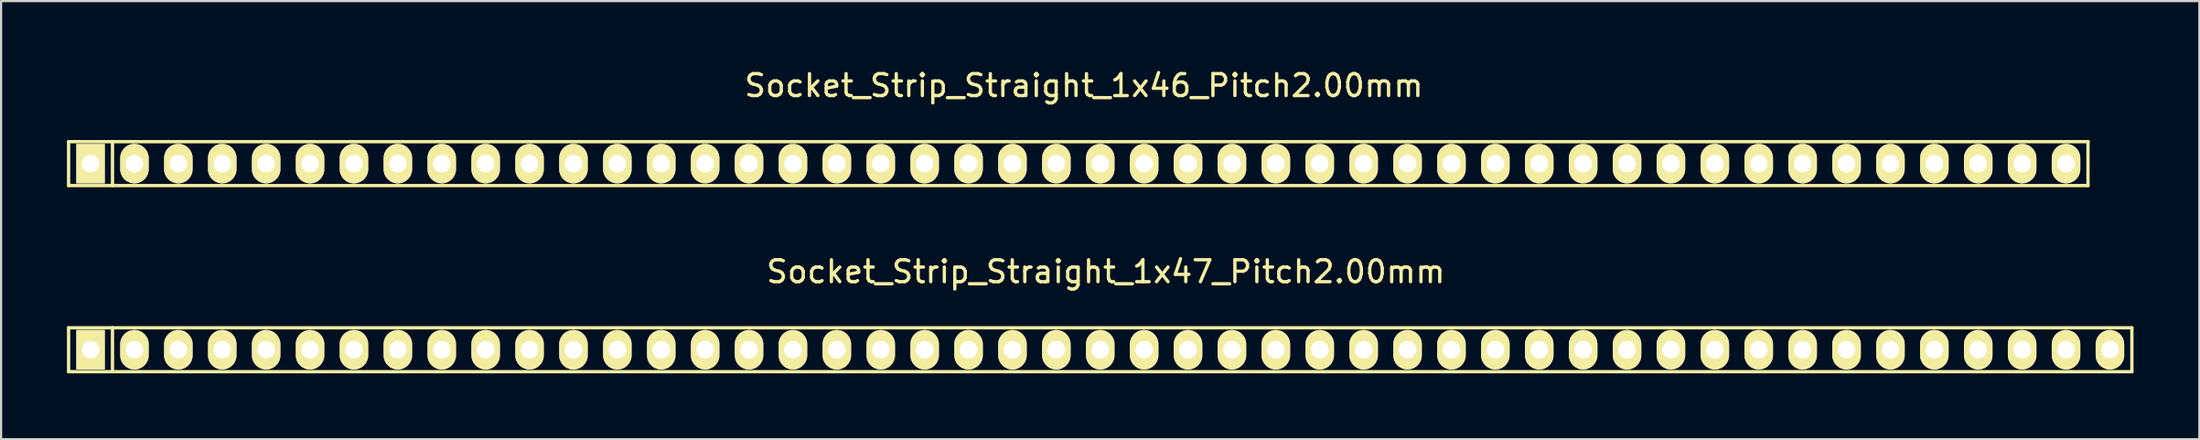
<source format=kicad_pcb>
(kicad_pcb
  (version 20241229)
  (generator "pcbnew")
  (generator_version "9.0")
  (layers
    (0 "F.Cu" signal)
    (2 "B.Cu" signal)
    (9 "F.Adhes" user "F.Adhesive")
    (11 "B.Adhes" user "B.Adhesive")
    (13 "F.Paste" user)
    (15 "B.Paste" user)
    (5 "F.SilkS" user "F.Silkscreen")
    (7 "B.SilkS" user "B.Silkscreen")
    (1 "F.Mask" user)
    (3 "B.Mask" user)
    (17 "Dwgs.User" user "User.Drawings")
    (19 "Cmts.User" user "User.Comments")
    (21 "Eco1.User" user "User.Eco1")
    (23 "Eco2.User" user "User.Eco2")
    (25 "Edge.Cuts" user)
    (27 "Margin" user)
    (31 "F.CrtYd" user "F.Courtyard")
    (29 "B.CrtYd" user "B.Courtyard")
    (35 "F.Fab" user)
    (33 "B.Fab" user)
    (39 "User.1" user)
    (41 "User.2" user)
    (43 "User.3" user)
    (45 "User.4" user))
  (footprint "Socket_Strip_Straight_1x47_Pitch2.00mm"
    (layer "F.Cu")
    (at 47.075 12.883)
    (property "Reference" "Socket_Strip_Straight_1x47_Pitch2.00mm" (at 0.254 -3.556 0) (layer "F.SilkS") (effects (font (size 1 1) (thickness 0.15))))
    (attr through_hole)
    (fp_line (start -47 -1) (end 47 -1) (stroke (width 0.15) (type solid)) (layer "F.SilkS"))
    (fp_line (start -47 1) (end -47 -1) (stroke (width 0.15) (type solid)) (layer "F.SilkS"))
    (fp_line (start -45 -1) (end -45 1) (stroke (width 0.15) (type solid)) (layer "F.SilkS"))
    (fp_line (start 47 -1) (end 47 1) (stroke (width 0.15) (type solid)) (layer "F.SilkS"))
    (fp_line (start 47 1) (end -47 1) (stroke (width 0.15) (type solid)) (layer "F.SilkS"))
    (pad "1" thru_hole rect (at -46 0) (size 1.3 1.8) (drill 0.8) (layers "*.Cu" "*.Mask" "F.SilkS"))
    (pad "2" thru_hole oval (at -44 0) (size 1.3 1.8) (drill 0.8) (layers "*.Cu" "*.Mask" "F.SilkS"))
    (pad "3" thru_hole oval (at -42 0) (size 1.3 1.8) (drill 0.8) (layers "*.Cu" "*.Mask" "F.SilkS"))
    (pad "4" thru_hole oval (at -40 0) (size 1.3 1.8) (drill 0.8) (layers "*.Cu" "*.Mask" "F.SilkS"))
    (pad "5" thru_hole oval (at -38 0) (size 1.3 1.8) (drill 0.8) (layers "*.Cu" "*.Mask" "F.SilkS"))
    (pad "6" thru_hole oval (at -36 0) (size 1.3 1.8) (drill 0.8) (layers "*.Cu" "*.Mask" "F.SilkS"))
    (pad "7" thru_hole oval (at -34 0) (size 1.3 1.8) (drill 0.8) (layers "*.Cu" "*.Mask" "F.SilkS"))
    (pad "8" thru_hole oval (at -32 0) (size 1.3 1.8) (drill 0.8) (layers "*.Cu" "*.Mask" "F.SilkS"))
    (pad "9" thru_hole oval (at -30 0) (size 1.3 1.8) (drill 0.8) (layers "*.Cu" "*.Mask" "F.SilkS"))
    (pad "10" thru_hole oval (at -28 0) (size 1.3 1.8) (drill 0.8) (layers "*.Cu" "*.Mask" "F.SilkS"))
    (pad "11" thru_hole oval (at -26 0) (size 1.3 1.8) (drill 0.8) (layers "*.Cu" "*.Mask" "F.SilkS"))
    (pad "12" thru_hole oval (at -24 0) (size 1.3 1.8) (drill 0.8) (layers "*.Cu" "*.Mask" "F.SilkS"))
    (pad "13" thru_hole oval (at -22 0) (size 1.3 1.8) (drill 0.8) (layers "*.Cu" "*.Mask" "F.SilkS"))
    (pad "14" thru_hole oval (at -20 0) (size 1.3 1.8) (drill 0.8) (layers "*.Cu" "*.Mask" "F.SilkS"))
    (pad "15" thru_hole oval (at -18 0) (size 1.3 1.8) (drill 0.8) (layers "*.Cu" "*.Mask" "F.SilkS"))
    (pad "16" thru_hole oval (at -16 0) (size 1.3 1.8) (drill 0.8) (layers "*.Cu" "*.Mask" "F.SilkS"))
    (pad "17" thru_hole oval (at -14 0) (size 1.3 1.8) (drill 0.8) (layers "*.Cu" "*.Mask" "F.SilkS"))
    (pad "18" thru_hole oval (at -12 0) (size 1.3 1.8) (drill 0.8) (layers "*.Cu" "*.Mask" "F.SilkS"))
    (pad "19" thru_hole oval (at -10 0) (size 1.3 1.8) (drill 0.8) (layers "*.Cu" "*.Mask" "F.SilkS"))
    (pad "20" thru_hole oval (at -8 0) (size 1.3 1.8) (drill 0.8) (layers "*.Cu" "*.Mask" "F.SilkS"))
    (pad "21" thru_hole oval (at -6 0) (size 1.3 1.8) (drill 0.8) (layers "*.Cu" "*.Mask" "F.SilkS"))
    (pad "22" thru_hole oval (at -4 0) (size 1.3 1.8) (drill 0.8) (layers "*.Cu" "*.Mask" "F.SilkS"))
    (pad "23" thru_hole oval (at -2 0) (size 1.3 1.8) (drill 0.8) (layers "*.Cu" "*.Mask" "F.SilkS"))
    (pad "24" thru_hole oval (at 0 0) (size 1.3 1.8) (drill 0.8) (layers "*.Cu" "*.Mask" "F.SilkS"))
    (pad "25" thru_hole oval (at 2 0) (size 1.3 1.8) (drill 0.8) (layers "*.Cu" "*.Mask" "F.SilkS"))
    (pad "26" thru_hole oval (at 4 0) (size 1.3 1.8) (drill 0.8) (layers "*.Cu" "*.Mask" "F.SilkS"))
    (pad "27" thru_hole oval (at 6 0) (size 1.3 1.8) (drill 0.8) (layers "*.Cu" "*.Mask" "F.SilkS"))
    (pad "28" thru_hole oval (at 8 0) (size 1.3 1.8) (drill 0.8) (layers "*.Cu" "*.Mask" "F.SilkS"))
    (pad "29" thru_hole oval (at 10 0) (size 1.3 1.8) (drill 0.8) (layers "*.Cu" "*.Mask" "F.SilkS"))
    (pad "30" thru_hole oval (at 12 0) (size 1.3 1.8) (drill 0.8) (layers "*.Cu" "*.Mask" "F.SilkS"))
    (pad "31" thru_hole oval (at 14 0) (size 1.3 1.8) (drill 0.8) (layers "*.Cu" "*.Mask" "F.SilkS"))
    (pad "32" thru_hole oval (at 16 0) (size 1.3 1.8) (drill 0.8) (layers "*.Cu" "*.Mask" "F.SilkS"))
    (pad "33" thru_hole oval (at 18 0) (size 1.3 1.8) (drill 0.8) (layers "*.Cu" "*.Mask" "F.SilkS"))
    (pad "34" thru_hole oval (at 20 0) (size 1.3 1.8) (drill 0.8) (layers "*.Cu" "*.Mask" "F.SilkS"))
    (pad "35" thru_hole oval (at 22 0) (size 1.3 1.8) (drill 0.8) (layers "*.Cu" "*.Mask" "F.SilkS"))
    (pad "36" thru_hole oval (at 24 0) (size 1.3 1.8) (drill 0.8) (layers "*.Cu" "*.Mask" "F.SilkS"))
    (pad "37" thru_hole oval (at 26 0) (size 1.3 1.8) (drill 0.8) (layers "*.Cu" "*.Mask" "F.SilkS"))
    (pad "38" thru_hole oval (at 28 0) (size 1.3 1.8) (drill 0.8) (layers "*.Cu" "*.Mask" "F.SilkS"))
    (pad "39" thru_hole oval (at 30 0) (size 1.3 1.8) (drill 0.8) (layers "*.Cu" "*.Mask" "F.SilkS"))
    (pad "40" thru_hole oval (at 32 0) (size 1.3 1.8) (drill 0.8) (layers "*.Cu" "*.Mask" "F.SilkS"))
    (pad "41" thru_hole oval (at 34 0) (size 1.3 1.8) (drill 0.8) (layers "*.Cu" "*.Mask" "F.SilkS"))
    (pad "42" thru_hole oval (at 36 0) (size 1.3 1.8) (drill 0.8) (layers "*.Cu" "*.Mask" "F.SilkS"))
    (pad "43" thru_hole oval (at 38 0) (size 1.3 1.8) (drill 0.8) (layers "*.Cu" "*.Mask" "F.SilkS"))
    (pad "44" thru_hole oval (at 40 0) (size 1.3 1.8) (drill 0.8) (layers "*.Cu" "*.Mask" "F.SilkS"))
    (pad "45" thru_hole oval (at 42 0) (size 1.3 1.8) (drill 0.8) (layers "*.Cu" "*.Mask" "F.SilkS"))
    (pad "46" thru_hole oval (at 44 0) (size 1.3 1.8) (drill 0.8) (layers "*.Cu" "*.Mask" "F.SilkS"))
    (pad "47" thru_hole oval (at 46 0) (size 1.3 1.8) (drill 0.8) (layers "*.Cu" "*.Mask" "F.SilkS")))
  (footprint "Socket_Strip_Straight_1x46_Pitch2.00mm"
    (layer "F.Cu")
    (at 46.075 4.404)
    (property "Reference" "Socket_Strip_Straight_1x46_Pitch2.00mm" (at 0.254 -3.556 0) (layer "F.SilkS") (effects (font (size 1 1) (thickness 0.15))))
    (attr through_hole)
    (fp_line (start -46 -1) (end 46 -1) (stroke (width 0.15) (type solid)) (layer "F.SilkS"))
    (fp_line (start -46 1) (end -46 -1) (stroke (width 0.15) (type solid)) (layer "F.SilkS"))
    (fp_line (start -44 -1) (end -44 1) (stroke (width 0.15) (type solid)) (layer "F.SilkS"))
    (fp_line (start 46 -1) (end 46 1) (stroke (width 0.15) (type solid)) (layer "F.SilkS"))
    (fp_line (start 46 1) (end -46 1) (stroke (width 0.15) (type solid)) (layer "F.SilkS"))
    (pad "1" thru_hole rect (at -45 0) (size 1.3 1.8) (drill 0.8) (layers "*.Cu" "*.Mask" "F.SilkS"))
    (pad "2" thru_hole oval (at -43 0) (size 1.3 1.8) (drill 0.8) (layers "*.Cu" "*.Mask" "F.SilkS"))
    (pad "3" thru_hole oval (at -41 0) (size 1.3 1.8) (drill 0.8) (layers "*.Cu" "*.Mask" "F.SilkS"))
    (pad "4" thru_hole oval (at -39 0) (size 1.3 1.8) (drill 0.8) (layers "*.Cu" "*.Mask" "F.SilkS"))
    (pad "5" thru_hole oval (at -37 0) (size 1.3 1.8) (drill 0.8) (layers "*.Cu" "*.Mask" "F.SilkS"))
    (pad "6" thru_hole oval (at -35 0) (size 1.3 1.8) (drill 0.8) (layers "*.Cu" "*.Mask" "F.SilkS"))
    (pad "7" thru_hole oval (at -33 0) (size 1.3 1.8) (drill 0.8) (layers "*.Cu" "*.Mask" "F.SilkS"))
    (pad "8" thru_hole oval (at -31 0) (size 1.3 1.8) (drill 0.8) (layers "*.Cu" "*.Mask" "F.SilkS"))
    (pad "9" thru_hole oval (at -29 0) (size 1.3 1.8) (drill 0.8) (layers "*.Cu" "*.Mask" "F.SilkS"))
    (pad "10" thru_hole oval (at -27 0) (size 1.3 1.8) (drill 0.8) (layers "*.Cu" "*.Mask" "F.SilkS"))
    (pad "11" thru_hole oval (at -25 0) (size 1.3 1.8) (drill 0.8) (layers "*.Cu" "*.Mask" "F.SilkS"))
    (pad "12" thru_hole oval (at -23 0) (size 1.3 1.8) (drill 0.8) (layers "*.Cu" "*.Mask" "F.SilkS"))
    (pad "13" thru_hole oval (at -21 0) (size 1.3 1.8) (drill 0.8) (layers "*.Cu" "*.Mask" "F.SilkS"))
    (pad "14" thru_hole oval (at -19 0) (size 1.3 1.8) (drill 0.8) (layers "*.Cu" "*.Mask" "F.SilkS"))
    (pad "15" thru_hole oval (at -17 0) (size 1.3 1.8) (drill 0.8) (layers "*.Cu" "*.Mask" "F.SilkS"))
    (pad "16" thru_hole oval (at -15 0) (size 1.3 1.8) (drill 0.8) (layers "*.Cu" "*.Mask" "F.SilkS"))
    (pad "17" thru_hole oval (at -13 0) (size 1.3 1.8) (drill 0.8) (layers "*.Cu" "*.Mask" "F.SilkS"))
    (pad "18" thru_hole oval (at -11 0) (size 1.3 1.8) (drill 0.8) (layers "*.Cu" "*.Mask" "F.SilkS"))
    (pad "19" thru_hole oval (at -9 0) (size 1.3 1.8) (drill 0.8) (layers "*.Cu" "*.Mask" "F.SilkS"))
    (pad "20" thru_hole oval (at -7 0) (size 1.3 1.8) (drill 0.8) (layers "*.Cu" "*.Mask" "F.SilkS"))
    (pad "21" thru_hole oval (at -5 0) (size 1.3 1.8) (drill 0.8) (layers "*.Cu" "*.Mask" "F.SilkS"))
    (pad "22" thru_hole oval (at -3 0) (size 1.3 1.8) (drill 0.8) (layers "*.Cu" "*.Mask" "F.SilkS"))
    (pad "23" thru_hole oval (at -1 0) (size 1.3 1.8) (drill 0.8) (layers "*.Cu" "*.Mask" "F.SilkS"))
    (pad "24" thru_hole oval (at 1 0) (size 1.3 1.8) (drill 0.8) (layers "*.Cu" "*.Mask" "F.SilkS"))
    (pad "25" thru_hole oval (at 3 0) (size 1.3 1.8) (drill 0.8) (layers "*.Cu" "*.Mask" "F.SilkS"))
    (pad "26" thru_hole oval (at 5 0) (size 1.3 1.8) (drill 0.8) (layers "*.Cu" "*.Mask" "F.SilkS"))
    (pad "27" thru_hole oval (at 7 0) (size 1.3 1.8) (drill 0.8) (layers "*.Cu" "*.Mask" "F.SilkS"))
    (pad "28" thru_hole oval (at 9 0) (size 1.3 1.8) (drill 0.8) (layers "*.Cu" "*.Mask" "F.SilkS"))
    (pad "29" thru_hole oval (at 11 0) (size 1.3 1.8) (drill 0.8) (layers "*.Cu" "*.Mask" "F.SilkS"))
    (pad "30" thru_hole oval (at 13 0) (size 1.3 1.8) (drill 0.8) (layers "*.Cu" "*.Mask" "F.SilkS"))
    (pad "31" thru_hole oval (at 15 0) (size 1.3 1.8) (drill 0.8) (layers "*.Cu" "*.Mask" "F.SilkS"))
    (pad "32" thru_hole oval (at 17 0) (size 1.3 1.8) (drill 0.8) (layers "*.Cu" "*.Mask" "F.SilkS"))
    (pad "33" thru_hole oval (at 19 0) (size 1.3 1.8) (drill 0.8) (layers "*.Cu" "*.Mask" "F.SilkS"))
    (pad "34" thru_hole oval (at 21 0) (size 1.3 1.8) (drill 0.8) (layers "*.Cu" "*.Mask" "F.SilkS"))
    (pad "35" thru_hole oval (at 23 0) (size 1.3 1.8) (drill 0.8) (layers "*.Cu" "*.Mask" "F.SilkS"))
    (pad "36" thru_hole oval (at 25 0) (size 1.3 1.8) (drill 0.8) (layers "*.Cu" "*.Mask" "F.SilkS"))
    (pad "37" thru_hole oval (at 27 0) (size 1.3 1.8) (drill 0.8) (layers "*.Cu" "*.Mask" "F.SilkS"))
    (pad "38" thru_hole oval (at 29 0) (size 1.3 1.8) (drill 0.8) (layers "*.Cu" "*.Mask" "F.SilkS"))
    (pad "39" thru_hole oval (at 31 0) (size 1.3 1.8) (drill 0.8) (layers "*.Cu" "*.Mask" "F.SilkS"))
    (pad "40" thru_hole oval (at 33 0) (size 1.3 1.8) (drill 0.8) (layers "*.Cu" "*.Mask" "F.SilkS"))
    (pad "41" thru_hole oval (at 35 0) (size 1.3 1.8) (drill 0.8) (layers "*.Cu" "*.Mask" "F.SilkS"))
    (pad "42" thru_hole oval (at 37 0) (size 1.3 1.8) (drill 0.8) (layers "*.Cu" "*.Mask" "F.SilkS"))
    (pad "43" thru_hole oval (at 39 0) (size 1.3 1.8) (drill 0.8) (layers "*.Cu" "*.Mask" "F.SilkS"))
    (pad "44" thru_hole oval (at 41 0) (size 1.3 1.8) (drill 0.8) (layers "*.Cu" "*.Mask" "F.SilkS"))
    (pad "45" thru_hole oval (at 43 0) (size 1.3 1.8) (drill 0.8) (layers "*.Cu" "*.Mask" "F.SilkS"))
    (pad "46" thru_hole oval (at 45 0) (size 1.3 1.8) (drill 0.8) (layers "*.Cu" "*.Mask" "F.SilkS")))
  (gr_rect
    (start -3 -3)
    (end 97.15 16.959)
    (stroke (width 0.1) (type default))
    (fill no)
    (layer "Edge.Cuts")))
</source>
